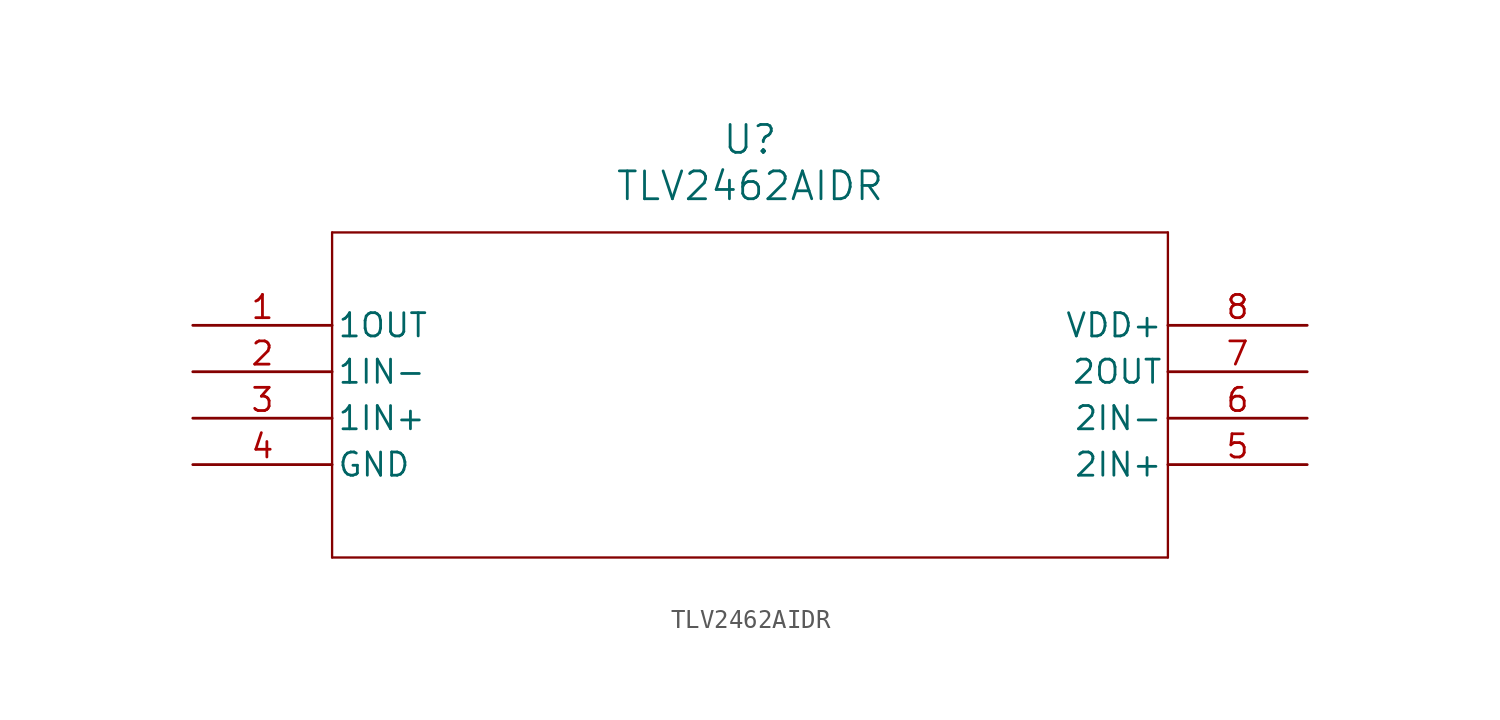
<source format=kicad_sym>
(kicad_symbol_lib
  (version 20211014)
  (generator kicad_symbol_editor)
  (symbol "TLV2462AIDR"
    (pin_names
      (offset 0.254))
    (property "Reference" "U"
      (at 30.48 10.16 0)
      (effects (font (size 1.524 1.524))))
    (property "Value" "TLV2462AIDR"
      (at 30.48 7.62 0)
      (effects (font (size 1.524 1.524))))
    (symbol "TLV2462AIDR_0_1"
      (polyline (pts (xy 7.62 5.08) (xy 7.62 -12.7)) (stroke (width 0.127) (type default) (color 0 0 0 0)) (fill (type none)))
      (polyline (pts (xy 7.62 -12.7) (xy 53.34 -12.7)) (stroke (width 0.127) (type default) (color 0 0 0 0)) (fill (type none)))
      (polyline (pts (xy 53.34 -12.7) (xy 53.34 5.08)) (stroke (width 0.127) (type default) (color 0 0 0 0)) (fill (type none)))
      (polyline (pts (xy 53.34 5.08) (xy 7.62 5.08)) (stroke (width 0.127) (type default) (color 0 0 0 0)) (fill (type none)))
      (pin output line (at 0 0 0) (length 7.62) (name "1OUT" (effects (font (size 1.27 1.27)))) (number "1" (effects (font (size 1.27 1.27)))))
      (pin input line (at 0 -2.54 0) (length 7.62) (name "1IN-" (effects (font (size 1.27 1.27)))) (number "2" (effects (font (size 1.27 1.27)))))
      (pin input line (at 0 -5.08 0) (length 7.62) (name "1IN+" (effects (font (size 1.27 1.27)))) (number "3" (effects (font (size 1.27 1.27)))))
      (pin power_in line (at 0 -7.62 0) (length 7.62) (name "GND" (effects (font (size 1.27 1.27)))) (number "4" (effects (font (size 1.27 1.27)))))
      (pin input line (at 60.96 -7.62 180) (length 7.62) (name "2IN+" (effects (font (size 1.27 1.27)))) (number "5" (effects (font (size 1.27 1.27)))))
      (pin input line (at 60.96 -5.08 180) (length 7.62) (name "2IN-" (effects (font (size 1.27 1.27)))) (number "6" (effects (font (size 1.27 1.27)))))
      (pin output line (at 60.96 -2.54 180) (length 7.62) (name "2OUT" (effects (font (size 1.27 1.27)))) (number "7" (effects (font (size 1.27 1.27)))))
      (pin power_in line (at 60.96 0 180) (length 7.62) (name "VDD+" (effects (font (size 1.27 1.27)))) (number "8" (effects (font (size 1.27 1.27))))))))
</source>
